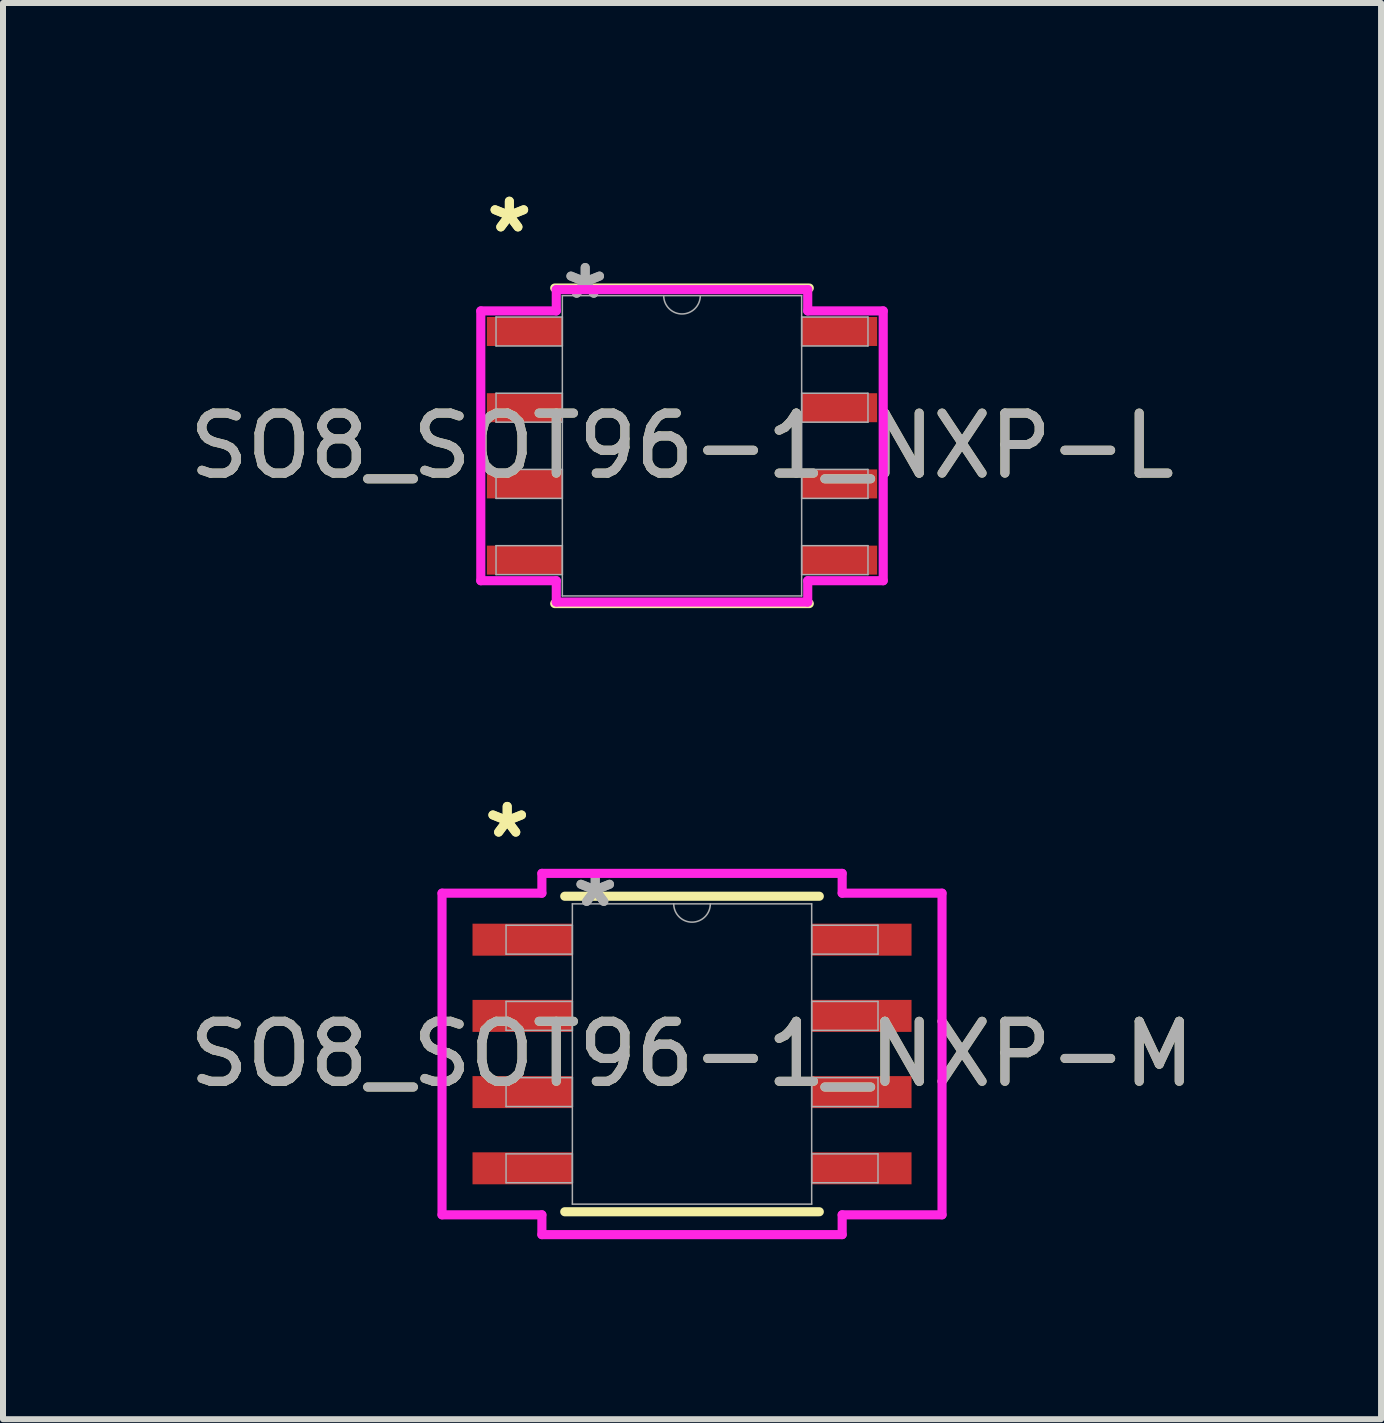
<source format=kicad_pcb>
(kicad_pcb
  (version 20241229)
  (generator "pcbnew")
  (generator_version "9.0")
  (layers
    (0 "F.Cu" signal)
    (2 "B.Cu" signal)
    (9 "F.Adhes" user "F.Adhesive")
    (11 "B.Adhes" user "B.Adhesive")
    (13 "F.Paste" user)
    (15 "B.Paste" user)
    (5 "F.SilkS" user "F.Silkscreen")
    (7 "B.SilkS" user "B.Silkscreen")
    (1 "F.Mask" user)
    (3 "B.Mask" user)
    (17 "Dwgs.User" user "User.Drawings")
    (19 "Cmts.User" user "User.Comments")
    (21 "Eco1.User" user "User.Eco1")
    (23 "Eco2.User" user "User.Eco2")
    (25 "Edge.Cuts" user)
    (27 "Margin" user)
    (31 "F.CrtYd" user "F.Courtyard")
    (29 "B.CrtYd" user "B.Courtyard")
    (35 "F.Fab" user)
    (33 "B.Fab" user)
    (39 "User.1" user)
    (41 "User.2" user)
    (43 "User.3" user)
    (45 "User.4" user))
  (footprint "SO8_SOT96-1_NXP-M"
    (layer "F.Cu")
    (at 8.482 14.514)
    (property "Reference" "SO8_SOT96-1_NXP-M" (at 0 0 0) (unlocked yes) (layer "F.SilkS") (effects (font (size 1 1) (thickness 0.15))))
    (attr smd)
    (fp_line (start -2.121 2.629) (end 2.121 2.629) (stroke (width 0.152) (type solid)) (layer "F.SilkS"))
    (fp_line (start 2.121 -2.629) (end -2.121 -2.629) (stroke (width 0.152) (type solid)) (layer "F.SilkS"))
    (fp_line (start -4.166 -2.68) (end -2.502 -2.68) (stroke (width 0.152) (type solid)) (layer "F.CrtYd"))
    (fp_line (start -4.166 2.68) (end -4.166 -2.68) (stroke (width 0.152) (type solid)) (layer "F.CrtYd"))
    (fp_line (start -4.166 2.68) (end -2.502 2.68) (stroke (width 0.152) (type solid)) (layer "F.CrtYd"))
    (fp_line (start -2.502 -3.01) (end 2.502 -3.01) (stroke (width 0.152) (type solid)) (layer "F.CrtYd"))
    (fp_line (start -2.502 -2.68) (end -2.502 -3.01) (stroke (width 0.152) (type solid)) (layer "F.CrtYd"))
    (fp_line (start -2.502 3.01) (end -2.502 2.68) (stroke (width 0.152) (type solid)) (layer "F.CrtYd"))
    (fp_line (start 2.502 -3.01) (end 2.502 -2.68) (stroke (width 0.152) (type solid)) (layer "F.CrtYd"))
    (fp_line (start 2.502 2.68) (end 2.502 3.01) (stroke (width 0.152) (type solid)) (layer "F.CrtYd"))
    (fp_line (start 2.502 3.01) (end -2.502 3.01) (stroke (width 0.152) (type solid)) (layer "F.CrtYd"))
    (fp_line (start 4.166 -2.68) (end 2.502 -2.68) (stroke (width 0.152) (type solid)) (layer "F.CrtYd"))
    (fp_line (start 4.166 -2.68) (end 4.166 2.68) (stroke (width 0.152) (type solid)) (layer "F.CrtYd"))
    (fp_line (start 4.166 2.68) (end 2.502 2.68) (stroke (width 0.152) (type solid)) (layer "F.CrtYd"))
    (fp_line (start -3.099 -2.146) (end -3.099 -1.664) (stroke (width 0.025) (type solid)) (layer "F.Fab"))
    (fp_line (start -3.099 -1.664) (end -1.994 -1.664) (stroke (width 0.025) (type solid)) (layer "F.Fab"))
    (fp_line (start -3.099 -0.876) (end -3.099 -0.394) (stroke (width 0.025) (type solid)) (layer "F.Fab"))
    (fp_line (start -3.099 -0.394) (end -1.994 -0.394) (stroke (width 0.025) (type solid)) (layer "F.Fab"))
    (fp_line (start -3.099 0.394) (end -3.099 0.876) (stroke (width 0.025) (type solid)) (layer "F.Fab"))
    (fp_line (start -3.099 0.876) (end -1.994 0.876) (stroke (width 0.025) (type solid)) (layer "F.Fab"))
    (fp_line (start -3.099 1.664) (end -3.099 2.146) (stroke (width 0.025) (type solid)) (layer "F.Fab"))
    (fp_line (start -3.099 2.146) (end -1.994 2.146) (stroke (width 0.025) (type solid)) (layer "F.Fab"))
    (fp_line (start -1.994 -2.502) (end -1.994 2.502) (stroke (width 0.025) (type solid)) (layer "F.Fab"))
    (fp_line (start -1.994 -2.146) (end -3.099 -2.146) (stroke (width 0.025) (type solid)) (layer "F.Fab"))
    (fp_line (start -1.994 -1.664) (end -1.994 -2.146) (stroke (width 0.025) (type solid)) (layer "F.Fab"))
    (fp_line (start -1.994 -0.876) (end -3.099 -0.876) (stroke (width 0.025) (type solid)) (layer "F.Fab"))
    (fp_line (start -1.994 -0.394) (end -1.994 -0.876) (stroke (width 0.025) (type solid)) (layer "F.Fab"))
    (fp_line (start -1.994 0.394) (end -3.099 0.394) (stroke (width 0.025) (type solid)) (layer "F.Fab"))
    (fp_line (start -1.994 0.876) (end -1.994 0.394) (stroke (width 0.025) (type solid)) (layer "F.Fab"))
    (fp_line (start -1.994 1.664) (end -3.099 1.664) (stroke (width 0.025) (type solid)) (layer "F.Fab"))
    (fp_line (start -1.994 2.146) (end -1.994 1.664) (stroke (width 0.025) (type solid)) (layer "F.Fab"))
    (fp_line (start -1.994 2.502) (end 1.994 2.502) (stroke (width 0.025) (type solid)) (layer "F.Fab"))
    (fp_line (start 1.994 -2.502) (end -1.994 -2.502) (stroke (width 0.025) (type solid)) (layer "F.Fab"))
    (fp_line (start 1.994 -2.146) (end 1.994 -1.664) (stroke (width 0.025) (type solid)) (layer "F.Fab"))
    (fp_line (start 1.994 -1.664) (end 3.099 -1.664) (stroke (width 0.025) (type solid)) (layer "F.Fab"))
    (fp_line (start 1.994 -0.876) (end 1.994 -0.394) (stroke (width 0.025) (type solid)) (layer "F.Fab"))
    (fp_line (start 1.994 -0.394) (end 3.099 -0.394) (stroke (width 0.025) (type solid)) (layer "F.Fab"))
    (fp_line (start 1.994 0.394) (end 1.994 0.876) (stroke (width 0.025) (type solid)) (layer "F.Fab"))
    (fp_line (start 1.994 0.876) (end 3.099 0.876) (stroke (width 0.025) (type solid)) (layer "F.Fab"))
    (fp_line (start 1.994 1.664) (end 1.994 2.146) (stroke (width 0.025) (type solid)) (layer "F.Fab"))
    (fp_line (start 1.994 2.146) (end 3.099 2.146) (stroke (width 0.025) (type solid)) (layer "F.Fab"))
    (fp_line (start 1.994 2.502) (end 1.994 -2.502) (stroke (width 0.025) (type solid)) (layer "F.Fab"))
    (fp_line (start 3.099 -2.146) (end 1.994 -2.146) (stroke (width 0.025) (type solid)) (layer "F.Fab"))
    (fp_line (start 3.099 -1.664) (end 3.099 -2.146) (stroke (width 0.025) (type solid)) (layer "F.Fab"))
    (fp_line (start 3.099 -0.876) (end 1.994 -0.876) (stroke (width 0.025) (type solid)) (layer "F.Fab"))
    (fp_line (start 3.099 -0.394) (end 3.099 -0.876) (stroke (width 0.025) (type solid)) (layer "F.Fab"))
    (fp_line (start 3.099 0.394) (end 1.994 0.394) (stroke (width 0.025) (type solid)) (layer "F.Fab"))
    (fp_line (start 3.099 0.876) (end 3.099 0.394) (stroke (width 0.025) (type solid)) (layer "F.Fab"))
    (fp_line (start 3.099 1.664) (end 1.994 1.664) (stroke (width 0.025) (type solid)) (layer "F.Fab"))
    (fp_line (start 3.099 2.146) (end 3.099 1.664) (stroke (width 0.025) (type solid)) (layer "F.Fab"))
    (fp_arc (start 0.3048 -2.5019) (mid 0 -2.1971) (end -0.3048 -2.5019) (stroke (width 0.0254) (type solid)) (layer "F.Fab"))
    (fp_text user "*" (at -3.08 -3.581 0) (layer "F.SilkS") (effects (font (size 1 1) (thickness 0.15))))
    (fp_text user "*" (at -3.08 -3.581 0) (unlocked yes) (layer "F.SilkS") (effects (font (size 1 1) (thickness 0.15))))
    (fp_text user "*" (at -1.613 -2.426 0) (unlocked yes) (layer "F.Fab") (effects (font (size 1 1) (thickness 0.15))))
    (fp_text user "*" (at -1.613 -2.426 0) (layer "F.Fab") (effects (font (size 1 1) (thickness 0.15))))
    (fp_text user "${REFERENCE}" (at 0 0 0) (unlocked yes) (layer "F.Fab") (effects (font (size 1 1) (thickness 0.15))))
    (pad "1" smd rect (at -2.826 -1.905) (size 1.664 0.533) (layers "F.Cu" "F.Mask" "F.Paste"))
    (pad "2" smd rect (at -2.826 -0.635) (size 1.664 0.533) (layers "F.Cu" "F.Mask" "F.Paste"))
    (pad "3" smd rect (at -2.826 0.635) (size 1.664 0.533) (layers "F.Cu" "F.Mask" "F.Paste"))
    (pad "4" smd rect (at -2.826 1.905) (size 1.664 0.533) (layers "F.Cu" "F.Mask" "F.Paste"))
    (pad "5" smd rect (at 2.826 1.905) (size 1.664 0.533) (layers "F.Cu" "F.Mask" "F.Paste"))
    (pad "6" smd rect (at 2.826 0.635) (size 1.664 0.533) (layers "F.Cu" "F.Mask" "F.Paste"))
    (pad "7" smd rect (at 2.826 -0.635) (size 1.664 0.533) (layers "F.Cu" "F.Mask" "F.Paste"))
    (pad "8" smd rect (at 2.826 -1.905) (size 1.664 0.533) (layers "F.Cu" "F.Mask" "F.Paste")))
  (footprint "SO8_SOT96-1_NXP-L"
    (layer "F.Cu")
    (at 8.315 4.379)
    (property "Reference" "SO8_SOT96-1_NXP-L" (at 0 0 0) (unlocked yes) (layer "F.SilkS") (effects (font (size 1 1) (thickness 0.15))))
    (attr smd)
    (fp_line (start -2.121 2.629) (end 2.121 2.629) (stroke (width 0.152) (type solid)) (layer "F.SilkS"))
    (fp_line (start 2.121 -2.629) (end -2.121 -2.629) (stroke (width 0.152) (type solid)) (layer "F.SilkS"))
    (fp_line (start -3.353 -2.248) (end -2.095 -2.248) (stroke (width 0.152) (type solid)) (layer "F.CrtYd"))
    (fp_line (start -3.353 2.248) (end -3.353 -2.248) (stroke (width 0.152) (type solid)) (layer "F.CrtYd"))
    (fp_line (start -3.353 2.248) (end -2.095 2.248) (stroke (width 0.152) (type solid)) (layer "F.CrtYd"))
    (fp_line (start -2.095 -2.603) (end 2.095 -2.603) (stroke (width 0.152) (type solid)) (layer "F.CrtYd"))
    (fp_line (start -2.095 -2.248) (end -2.095 -2.603) (stroke (width 0.152) (type solid)) (layer "F.CrtYd"))
    (fp_line (start -2.095 2.603) (end -2.095 2.248) (stroke (width 0.152) (type solid)) (layer "F.CrtYd"))
    (fp_line (start 2.095 -2.603) (end 2.095 -2.248) (stroke (width 0.152) (type solid)) (layer "F.CrtYd"))
    (fp_line (start 2.095 2.248) (end 2.095 2.603) (stroke (width 0.152) (type solid)) (layer "F.CrtYd"))
    (fp_line (start 2.095 2.603) (end -2.095 2.603) (stroke (width 0.152) (type solid)) (layer "F.CrtYd"))
    (fp_line (start 3.353 -2.248) (end 2.095 -2.248) (stroke (width 0.152) (type solid)) (layer "F.CrtYd"))
    (fp_line (start 3.353 -2.248) (end 3.353 2.248) (stroke (width 0.152) (type solid)) (layer "F.CrtYd"))
    (fp_line (start 3.353 2.248) (end 2.095 2.248) (stroke (width 0.152) (type solid)) (layer "F.CrtYd"))
    (fp_line (start -3.099 -2.146) (end -3.099 -1.664) (stroke (width 0.025) (type solid)) (layer "F.Fab"))
    (fp_line (start -3.099 -1.664) (end -1.994 -1.664) (stroke (width 0.025) (type solid)) (layer "F.Fab"))
    (fp_line (start -3.099 -0.876) (end -3.099 -0.394) (stroke (width 0.025) (type solid)) (layer "F.Fab"))
    (fp_line (start -3.099 -0.394) (end -1.994 -0.394) (stroke (width 0.025) (type solid)) (layer "F.Fab"))
    (fp_line (start -3.099 0.394) (end -3.099 0.876) (stroke (width 0.025) (type solid)) (layer "F.Fab"))
    (fp_line (start -3.099 0.876) (end -1.994 0.876) (stroke (width 0.025) (type solid)) (layer "F.Fab"))
    (fp_line (start -3.099 1.664) (end -3.099 2.146) (stroke (width 0.025) (type solid)) (layer "F.Fab"))
    (fp_line (start -3.099 2.146) (end -1.994 2.146) (stroke (width 0.025) (type solid)) (layer "F.Fab"))
    (fp_line (start -1.994 -2.502) (end -1.994 2.502) (stroke (width 0.025) (type solid)) (layer "F.Fab"))
    (fp_line (start -1.994 -2.146) (end -3.099 -2.146) (stroke (width 0.025) (type solid)) (layer "F.Fab"))
    (fp_line (start -1.994 -1.664) (end -1.994 -2.146) (stroke (width 0.025) (type solid)) (layer "F.Fab"))
    (fp_line (start -1.994 -0.876) (end -3.099 -0.876) (stroke (width 0.025) (type solid)) (layer "F.Fab"))
    (fp_line (start -1.994 -0.394) (end -1.994 -0.876) (stroke (width 0.025) (type solid)) (layer "F.Fab"))
    (fp_line (start -1.994 0.394) (end -3.099 0.394) (stroke (width 0.025) (type solid)) (layer "F.Fab"))
    (fp_line (start -1.994 0.876) (end -1.994 0.394) (stroke (width 0.025) (type solid)) (layer "F.Fab"))
    (fp_line (start -1.994 1.664) (end -3.099 1.664) (stroke (width 0.025) (type solid)) (layer "F.Fab"))
    (fp_line (start -1.994 2.146) (end -1.994 1.664) (stroke (width 0.025) (type solid)) (layer "F.Fab"))
    (fp_line (start -1.994 2.502) (end 1.994 2.502) (stroke (width 0.025) (type solid)) (layer "F.Fab"))
    (fp_line (start 1.994 -2.502) (end -1.994 -2.502) (stroke (width 0.025) (type solid)) (layer "F.Fab"))
    (fp_line (start 1.994 -2.146) (end 1.994 -1.664) (stroke (width 0.025) (type solid)) (layer "F.Fab"))
    (fp_line (start 1.994 -1.664) (end 3.099 -1.664) (stroke (width 0.025) (type solid)) (layer "F.Fab"))
    (fp_line (start 1.994 -0.876) (end 1.994 -0.394) (stroke (width 0.025) (type solid)) (layer "F.Fab"))
    (fp_line (start 1.994 -0.394) (end 3.099 -0.394) (stroke (width 0.025) (type solid)) (layer "F.Fab"))
    (fp_line (start 1.994 0.394) (end 1.994 0.876) (stroke (width 0.025) (type solid)) (layer "F.Fab"))
    (fp_line (start 1.994 0.876) (end 3.099 0.876) (stroke (width 0.025) (type solid)) (layer "F.Fab"))
    (fp_line (start 1.994 1.664) (end 1.994 2.146) (stroke (width 0.025) (type solid)) (layer "F.Fab"))
    (fp_line (start 1.994 2.146) (end 3.099 2.146) (stroke (width 0.025) (type solid)) (layer "F.Fab"))
    (fp_line (start 1.994 2.502) (end 1.994 -2.502) (stroke (width 0.025) (type solid)) (layer "F.Fab"))
    (fp_line (start 3.099 -2.146) (end 1.994 -2.146) (stroke (width 0.025) (type solid)) (layer "F.Fab"))
    (fp_line (start 3.099 -1.664) (end 3.099 -2.146) (stroke (width 0.025) (type solid)) (layer "F.Fab"))
    (fp_line (start 3.099 -0.876) (end 1.994 -0.876) (stroke (width 0.025) (type solid)) (layer "F.Fab"))
    (fp_line (start 3.099 -0.394) (end 3.099 -0.876) (stroke (width 0.025) (type solid)) (layer "F.Fab"))
    (fp_line (start 3.099 0.394) (end 1.994 0.394) (stroke (width 0.025) (type solid)) (layer "F.Fab"))
    (fp_line (start 3.099 0.876) (end 3.099 0.394) (stroke (width 0.025) (type solid)) (layer "F.Fab"))
    (fp_line (start 3.099 1.664) (end 1.994 1.664) (stroke (width 0.025) (type solid)) (layer "F.Fab"))
    (fp_line (start 3.099 2.146) (end 3.099 1.664) (stroke (width 0.025) (type solid)) (layer "F.Fab"))
    (fp_arc (start 0.3048 -2.5019) (mid 0 -2.1971) (end -0.3048 -2.5019) (stroke (width 0.0254) (type solid)) (layer "F.Fab"))
    (fp_text user "*" (at -2.877 -3.531 0) (layer "F.SilkS") (effects (font (size 1 1) (thickness 0.15))))
    (fp_text user "*" (at -2.877 -3.531 0) (unlocked yes) (layer "F.SilkS") (effects (font (size 1 1) (thickness 0.15))))
    (fp_text user "*" (at -1.613 -2.426 0) (unlocked yes) (layer "F.Fab") (effects (font (size 1 1) (thickness 0.15))))
    (fp_text user "*" (at -1.613 -2.426 0) (layer "F.Fab") (effects (font (size 1 1) (thickness 0.15))))
    (fp_text user "${REFERENCE}" (at 0 0 0) (unlocked yes) (layer "F.Fab") (effects (font (size 1 1) (thickness 0.15))))
    (pad "1" smd rect (at -2.623 -1.905) (size 1.257 0.483) (layers "F.Cu" "F.Mask" "F.Paste"))
    (pad "2" smd rect (at -2.623 -0.635) (size 1.257 0.483) (layers "F.Cu" "F.Mask" "F.Paste"))
    (pad "3" smd rect (at -2.623 0.635) (size 1.257 0.483) (layers "F.Cu" "F.Mask" "F.Paste"))
    (pad "4" smd rect (at -2.623 1.905) (size 1.257 0.483) (layers "F.Cu" "F.Mask" "F.Paste"))
    (pad "5" smd rect (at 2.623 1.905) (size 1.257 0.483) (layers "F.Cu" "F.Mask" "F.Paste"))
    (pad "6" smd rect (at 2.623 0.635) (size 1.257 0.483) (layers "F.Cu" "F.Mask" "F.Paste"))
    (pad "7" smd rect (at 2.623 -0.635) (size 1.257 0.483) (layers "F.Cu" "F.Mask" "F.Paste"))
    (pad "8" smd rect (at 2.623 -1.905) (size 1.257 0.483) (layers "F.Cu" "F.Mask" "F.Paste")))
  (gr_rect
    (start -3 -3)
    (end 19.964 20.6)
    (stroke (width 0.1) (type default))
    (fill no)
    (layer "Edge.Cuts")))
</source>
